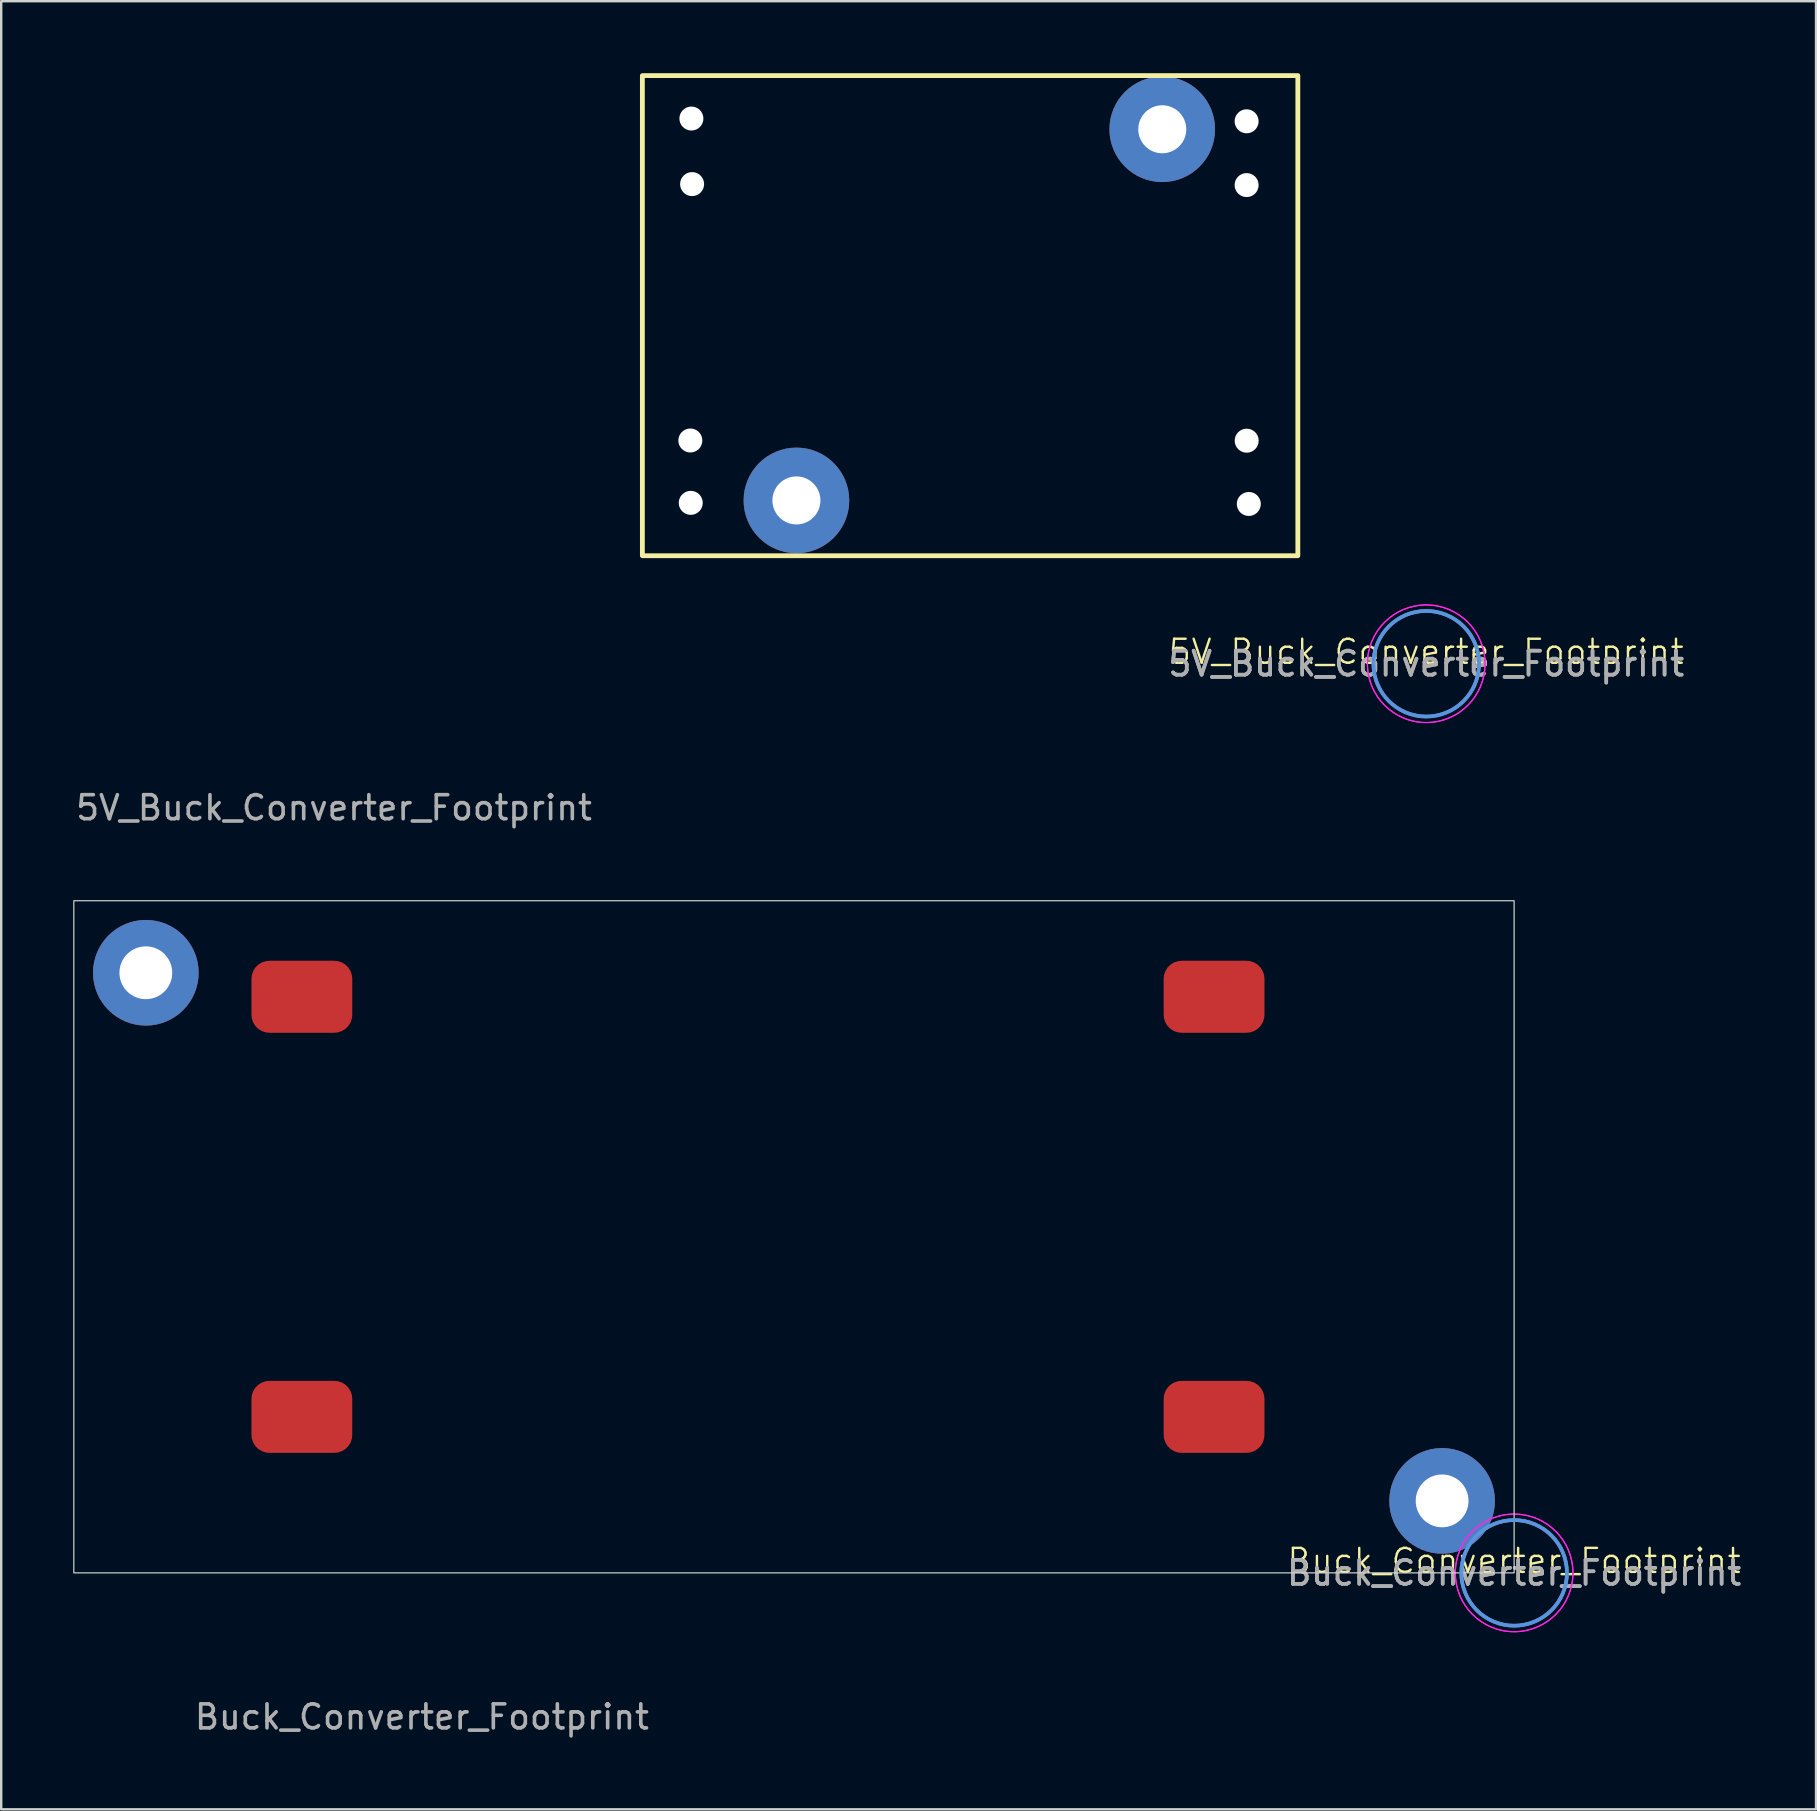
<source format=kicad_pcb>
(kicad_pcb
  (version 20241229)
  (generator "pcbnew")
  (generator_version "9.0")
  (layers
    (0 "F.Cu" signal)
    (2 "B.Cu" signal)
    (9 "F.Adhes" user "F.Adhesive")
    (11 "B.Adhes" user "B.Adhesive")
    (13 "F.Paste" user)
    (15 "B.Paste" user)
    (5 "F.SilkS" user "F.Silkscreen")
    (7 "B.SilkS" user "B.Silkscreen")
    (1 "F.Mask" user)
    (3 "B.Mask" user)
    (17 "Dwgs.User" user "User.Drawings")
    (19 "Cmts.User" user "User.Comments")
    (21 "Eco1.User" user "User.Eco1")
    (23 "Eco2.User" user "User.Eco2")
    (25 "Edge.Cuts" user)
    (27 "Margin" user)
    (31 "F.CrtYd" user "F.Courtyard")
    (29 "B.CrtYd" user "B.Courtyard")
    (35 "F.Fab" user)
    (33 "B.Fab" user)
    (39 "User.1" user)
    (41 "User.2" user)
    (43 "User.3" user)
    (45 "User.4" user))
  (footprint "5V_Buck_Converter_Footprint"
    (layer "F.Cu")
    (at 56.363 24.6)
    (property "Reference" "5V_Buck_Converter_Footprint" (at 0 -0.5 0) (unlocked yes) (layer "F.SilkS") (effects (font (size 1 1) (thickness 0.1))))
    (attr smd)
    (fp_rect (start -32.653 -24.5) (end -5.348 -4.5) (stroke (width 0.2) (type solid)) (fill no) (layer "F.SilkS"))
    (fp_circle (center 0 0) (end 2.2 0) (stroke (width 0.15) (type solid)) (fill no) (layer "Cmts.User"))
    (fp_circle (center 0 0) (end 2.2 0) (stroke (width 0.15) (type solid)) (fill no) (layer "Cmts.User"))
    (fp_circle (center 0 0) (end 2.45 0) (stroke (width 0.05) (type solid)) (fill no) (layer "F.CrtYd"))
    (fp_circle (center 0 0) (end 2.45 0) (stroke (width 0.05) (type solid)) (fill no) (layer "F.CrtYd"))
    (fp_text user "${REFERENCE}" (at -45.5 6 0) (unlocked yes) (layer "F.Fab") (effects (font (size 1 1) (thickness 0.15))))
    (fp_text user "${REFERENCE}" (at 0 0 0) (layer "F.Fab") (effects (font (size 1 1) (thickness 0.15))))
    (fp_text user "${REFERENCE}" (at 0 0 0) (layer "F.Fab") (effects (font (size 1 1) (thickness 0.15))))
    (pad "1" thru_hole roundrect (at -30.655 -9.3 270) (size 2.59 3.108) (drill 1 (offset 0.024 -0.023)) (layers "*.Cu" "*.Mask") (remove_unused_layers yes) (zone_layer_connections) (roundrect_rratio 0.25))
    (pad "1" thru_hole roundrect (at -30.638 -6.702 270) (size 2.598 3.108) (drill 1 (offset 0.02 -0.005)) (layers "*.Cu" "*.Mask") (remove_unused_layers yes) (zone_layer_connections) (roundrect_rratio 0.25))
    (pad "1" thru_hole circle (at -26.236 -6.803) (size 4.4 4.4) (drill 2) (layers "*.Cu" "*.Mask"))
    (pad "1" thru_hole circle (at -10.996 -22.265) (size 4.4 4.4) (drill 2) (layers "*.Cu" "*.Mask"))
    (pad "2" thru_hole roundrect (at -30.611 -22.712 270) (size 2.452 2.966) (drill 1 (offset 0.005 0.068)) (layers "*.Cu" "*.Mask") (remove_unused_layers yes) (zone_layer_connections) (roundrect_rratio 0.25))
    (pad "2" thru_hole roundrect (at -30.582 -19.981 270) (size 2.471 2.952) (drill 1 (offset -0.004 0.114)) (layers "*.Cu" "*.Mask") (remove_unused_layers yes) (zone_layer_connections) (roundrect_rratio 0.25))
    (pad "3" thru_hole roundrect (at -7.479 -9.292 270) (size 2.531 3.008) (drill 1 (offset 0.046 -0.014)) (layers "*.Cu" "*.Mask") (remove_unused_layers yes) (zone_layer_connections) (roundrect_rratio 0.25))
    (pad "3" thru_hole roundrect (at -7.391 -6.656 270) (size 2.636 3.008) (drill 1 (offset -0.007 0.073)) (layers "*.Cu" "*.Mask") (remove_unused_layers yes) (zone_layer_connections) (roundrect_rratio 0.25))
    (pad "4" thru_hole roundrect (at -7.482 -22.597 270) (size 2.494 2.767) (drill 1 (offset -0.005 -0.134)) (layers "*.Cu" "*.Mask") (remove_unused_layers yes) (zone_layer_connections) (roundrect_rratio 0.25))
    (pad "4" thru_hole roundrect (at -7.482 -19.94 270) (size 2.443 2.85) (drill 1 (offset -0.021 -0.011)) (layers "*.Cu" "*.Mask") (remove_unused_layers yes) (zone_layer_connections) (roundrect_rratio 0.25)))
  (footprint "Buck_Converter_Footprint"
    (layer "F.Cu")
    (at 60.025 62.473)
    (property "Reference" "Buck_Converter_Footprint" (at 0 -0.5 0) (unlocked yes) (layer "F.SilkS") (effects (font (size 1 1) (thickness 0.1))))
    (attr smd)
    (fp_circle (center 0 0) (end 2.2 0) (stroke (width 0.15) (type solid)) (fill no) (layer "Cmts.User"))
    (fp_circle (center 0 0) (end 2.2 0) (stroke (width 0.15) (type solid)) (fill no) (layer "Cmts.User"))
    (fp_rect (start -60 -28) (end 0 0) (stroke (width 0.05) (type solid)) (fill no) (layer "Edge.Cuts"))
    (fp_circle (center 0 0) (end 2.45 0) (stroke (width 0.05) (type solid)) (fill no) (layer "F.CrtYd"))
    (fp_circle (center 0 0) (end 2.45 0) (stroke (width 0.05) (type solid)) (fill no) (layer "F.CrtYd"))
    (fp_text user "${REFERENCE}" (at 0 0 0) (layer "F.Fab") (effects (font (size 1 1) (thickness 0.15))))
    (fp_text user "${REFERENCE}" (at 0 0 0) (layer "F.Fab") (effects (font (size 1 1) (thickness 0.15))))
    (fp_text user "${REFERENCE}" (at -45.5 6 0) (unlocked yes) (layer "F.Fab") (effects (font (size 1 1) (thickness 0.15))))
    (pad "1" thru_hole circle (at -57 -25) (size 4.4 4.4) (drill 2.2) (layers "*.Cu" "*.Mask"))
    (pad "1" smd roundrect (at -50.5 -24 270) (size 3 4.2) (layers "F.Cu" "F.Mask" "F.Paste") (roundrect_rratio 0.25))
    (pad "1" thru_hole circle (at -3 -3) (size 4.4 4.4) (drill 2.2) (layers "*.Cu" "*.Mask"))
    (pad "2" smd roundrect (at -50.5 -6.5 270) (size 3 4.2) (layers "F.Cu" "F.Mask" "F.Paste") (roundrect_rratio 0.25))
    (pad "3" smd roundrect (at -12.5 -24 270) (size 3 4.2) (layers "F.Cu" "F.Mask" "F.Paste") (roundrect_rratio 0.25))
    (pad "4" smd roundrect (at -12.5 -6.5 270) (size 3 4.2) (layers "F.Cu" "F.Mask" "F.Paste") (roundrect_rratio 0.25)))
  (gr_rect
    (start -3 -3)
    (end 72.602 72.322)
    (stroke (width 0.1) (type default))
    (fill no)
    (layer "Edge.Cuts")))
</source>
